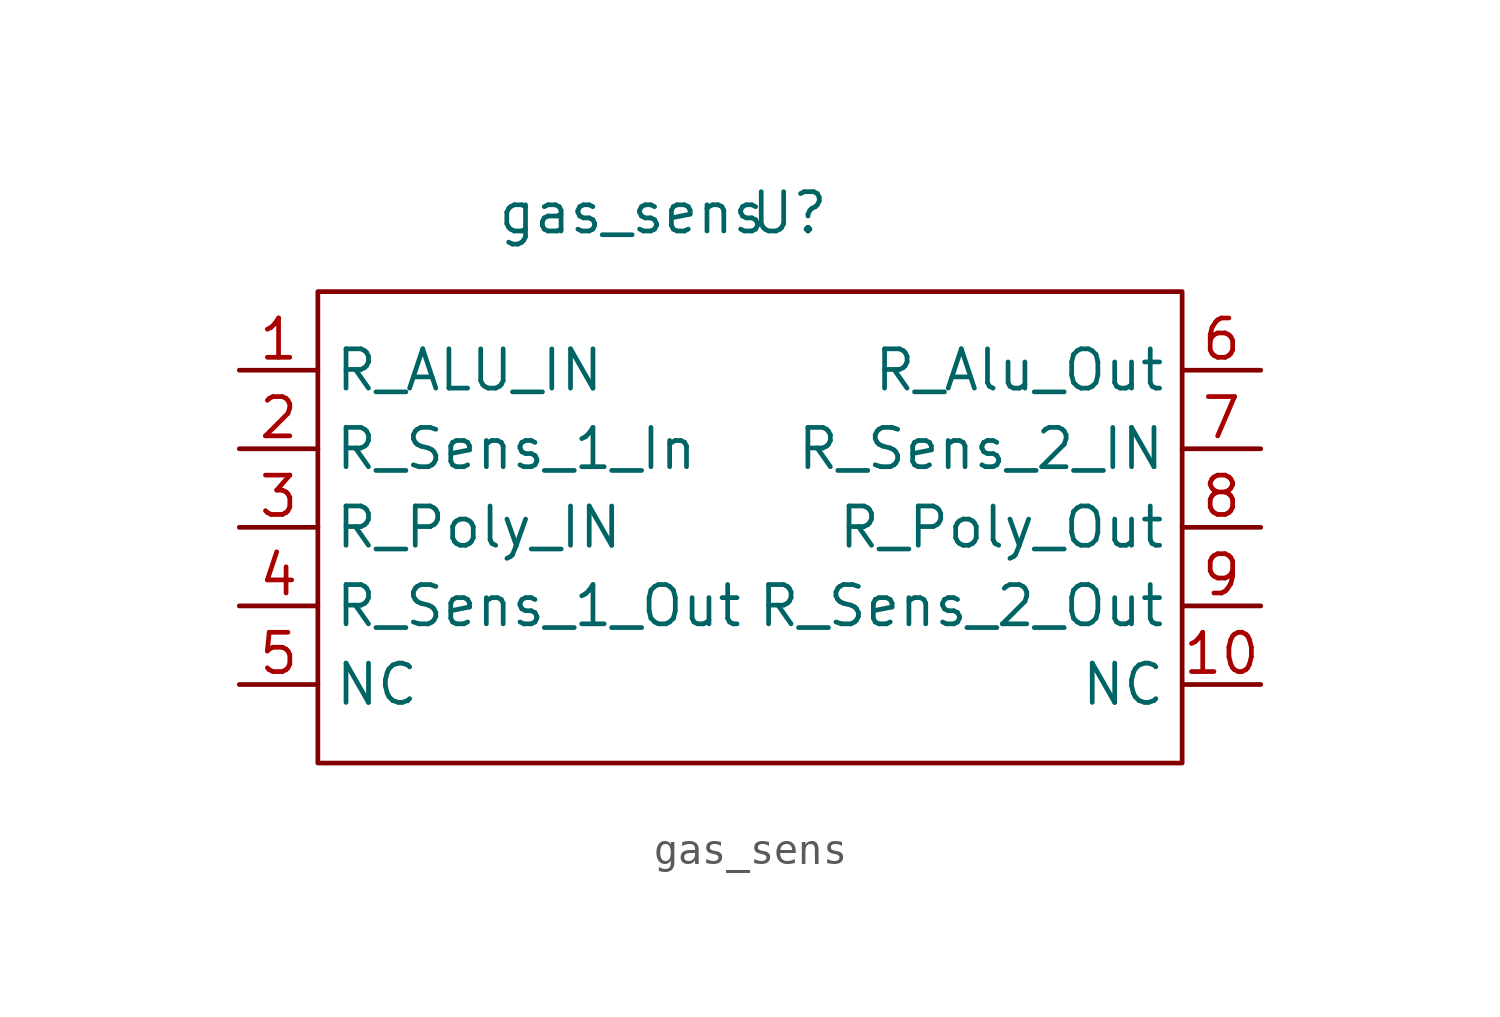
<source format=kicad_sym>
(kicad_symbol_lib
  (version 20211014)
  (generator kicad_symbol_editor)
  (symbol "gas_sens"
    (property "Reference" "U"
      (at 7.62 7.62 0)
      (effects (font (size 1.27 1.27))))
    (property "Value" "gas_sens"
      (at 2.54 7.62 0)
      (effects (font (size 1.27 1.27))))
    (symbol "gas_sens_0_1"
      (rectangle (start -7.62 5.08) (end 20.32 -10.16) (stroke (width 0.152) (type default) (color 0 0 0 0)) (fill (type none))))
    (symbol "gas_sens_1_1"
      (pin input line (at -10.16 2.54 0) (length 2.54) (name "R_ALU_IN" (effects (font (size 1.27 1.27)))) (number "1" (effects (font (size 1.27 1.27)))))
      (pin input line (at 22.86 -7.62 180) (length 2.54) (name "NC" (effects (font (size 1.27 1.27)))) (number "10" (effects (font (size 1.27 1.27)))))
      (pin input line (at -10.16 0 0) (length 2.54) (name "R_Sens_1_In" (effects (font (size 1.27 1.27)))) (number "2" (effects (font (size 1.27 1.27)))))
      (pin input line (at -10.16 -2.54 0) (length 2.54) (name "R_Poly_IN" (effects (font (size 1.27 1.27)))) (number "3" (effects (font (size 1.27 1.27)))))
      (pin input line (at -10.16 -5.08 0) (length 2.54) (name "R_Sens_1_Out" (effects (font (size 1.27 1.27)))) (number "4" (effects (font (size 1.27 1.27)))))
      (pin input line (at -10.16 -7.62 0) (length 2.54) (name "NC" (effects (font (size 1.27 1.27)))) (number "5" (effects (font (size 1.27 1.27)))))
      (pin input line (at 22.86 2.54 180) (length 2.54) (name "R_Alu_Out" (effects (font (size 1.27 1.27)))) (number "6" (effects (font (size 1.27 1.27)))))
      (pin input line (at 22.86 0 180) (length 2.54) (name "R_Sens_2_IN" (effects (font (size 1.27 1.27)))) (number "7" (effects (font (size 1.27 1.27)))))
      (pin input line (at 22.86 -2.54 180) (length 2.54) (name "R_Poly_Out" (effects (font (size 1.27 1.27)))) (number "8" (effects (font (size 1.27 1.27)))))
      (pin input line (at 22.86 -5.08 180) (length 2.54) (name "R_Sens_2_Out" (effects (font (size 1.27 1.27)))) (number "9" (effects (font (size 1.27 1.27))))))))
</source>
